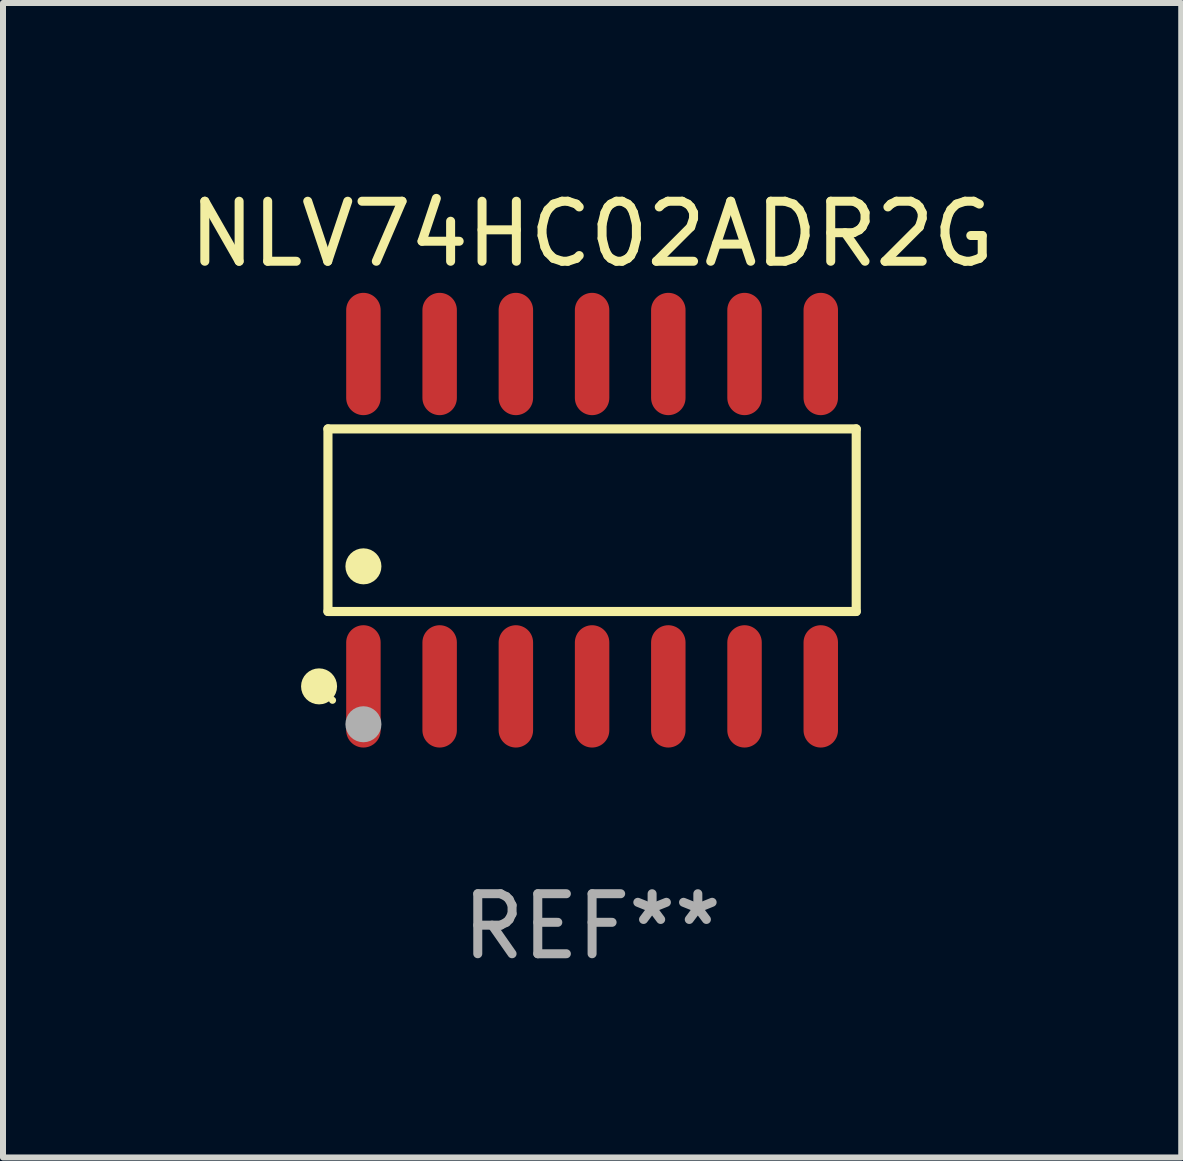
<source format=kicad_pcb>
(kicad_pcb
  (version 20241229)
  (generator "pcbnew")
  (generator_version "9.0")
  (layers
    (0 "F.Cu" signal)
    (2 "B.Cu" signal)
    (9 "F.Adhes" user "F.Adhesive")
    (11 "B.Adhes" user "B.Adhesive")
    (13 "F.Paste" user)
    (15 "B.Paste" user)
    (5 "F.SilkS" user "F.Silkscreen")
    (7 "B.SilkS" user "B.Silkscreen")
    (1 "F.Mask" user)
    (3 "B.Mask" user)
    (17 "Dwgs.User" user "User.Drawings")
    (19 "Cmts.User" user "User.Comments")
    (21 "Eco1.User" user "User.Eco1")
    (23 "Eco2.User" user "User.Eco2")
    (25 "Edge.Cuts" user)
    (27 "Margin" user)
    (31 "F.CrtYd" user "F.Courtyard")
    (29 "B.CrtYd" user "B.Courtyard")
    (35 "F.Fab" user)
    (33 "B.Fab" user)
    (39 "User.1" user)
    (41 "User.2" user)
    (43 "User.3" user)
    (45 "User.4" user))
  (footprint "NLV74HC02ADR2G"
    (layer "F.Cu")
    (at 6.815 5.617)
    (property "Reference" "NLV74HC02ADR2G" (at 0 -4.769 0) (layer "F.SilkS") (effects (font (size 1 1) (thickness 0.15))))
    (attr through_hole)
    (fp_line (start -4.401 -1.521) (end 4.401 -1.521) (stroke (width 0.152) (type solid)) (layer "F.SilkS"))
    (fp_line (start -4.401 1.521) (end -4.401 -1.521) (stroke (width 0.152) (type solid)) (layer "F.SilkS"))
    (fp_line (start 4.401 -1.521) (end 4.401 1.521) (stroke (width 0.152) (type solid)) (layer "F.SilkS"))
    (fp_line (start 4.401 1.521) (end -4.401 1.521) (stroke (width 0.152) (type solid)) (layer "F.SilkS"))
    (fp_circle (center -4.549 2.769) (end -4.399 2.769) (stroke (width 0.3) (type solid)) (fill no) (layer "F.SilkS"))
    (fp_circle (center -4.325 3) (end -4.295 3) (stroke (width 0.06) (type solid)) (fill no) (layer "F.SilkS"))
    (fp_circle (center -3.81 0.769) (end -3.66 0.769) (stroke (width 0.3) (type solid)) (fill no) (layer "F.SilkS"))
    (fp_circle (center -3.81 3.4) (end -3.66 3.4) (stroke (width 0.3) (type solid)) (fill no) (layer "F.Fab"))
    (fp_text user "REF**" (at 0 6.769 0) (layer "F.Fab") (effects (font (size 1 1) (thickness 0.15))))
    (pad "1" smd oval (at -3.81 2.769) (size 0.574 2.038) (layers "F.Cu" "F.Mask" "F.Paste"))
    (pad "2" smd oval (at -2.54 2.769) (size 0.574 2.038) (layers "F.Cu" "F.Mask" "F.Paste"))
    (pad "3" smd oval (at -1.27 2.769) (size 0.574 2.038) (layers "F.Cu" "F.Mask" "F.Paste"))
    (pad "4" smd oval (at 0 2.769) (size 0.574 2.038) (layers "F.Cu" "F.Mask" "F.Paste"))
    (pad "5" smd oval (at 1.27 2.769) (size 0.574 2.038) (layers "F.Cu" "F.Mask" "F.Paste"))
    (pad "6" smd oval (at 2.54 2.769) (size 0.574 2.038) (layers "F.Cu" "F.Mask" "F.Paste"))
    (pad "7" smd oval (at 3.81 2.769) (size 0.574 2.038) (layers "F.Cu" "F.Mask" "F.Paste"))
    (pad "8" smd oval (at 3.81 -2.769) (size 0.574 2.038) (layers "F.Cu" "F.Mask" "F.Paste"))
    (pad "9" smd oval (at 2.54 -2.769) (size 0.574 2.038) (layers "F.Cu" "F.Mask" "F.Paste"))
    (pad "10" smd oval (at 1.27 -2.769) (size 0.574 2.038) (layers "F.Cu" "F.Mask" "F.Paste"))
    (pad "11" smd oval (at 0 -2.769) (size 0.574 2.038) (layers "F.Cu" "F.Mask" "F.Paste"))
    (pad "12" smd oval (at -1.27 -2.769) (size 0.574 2.038) (layers "F.Cu" "F.Mask" "F.Paste"))
    (pad "13" smd oval (at -2.54 -2.769) (size 0.574 2.038) (layers "F.Cu" "F.Mask" "F.Paste"))
    (pad "14" smd oval (at -3.81 -2.769) (size 0.574 2.038) (layers "F.Cu" "F.Mask" "F.Paste")))
  (gr_rect
    (start -3 -3)
    (end 16.631 16.235)
    (stroke (width 0.1) (type default))
    (fill no)
    (layer "Edge.Cuts")))
</source>
